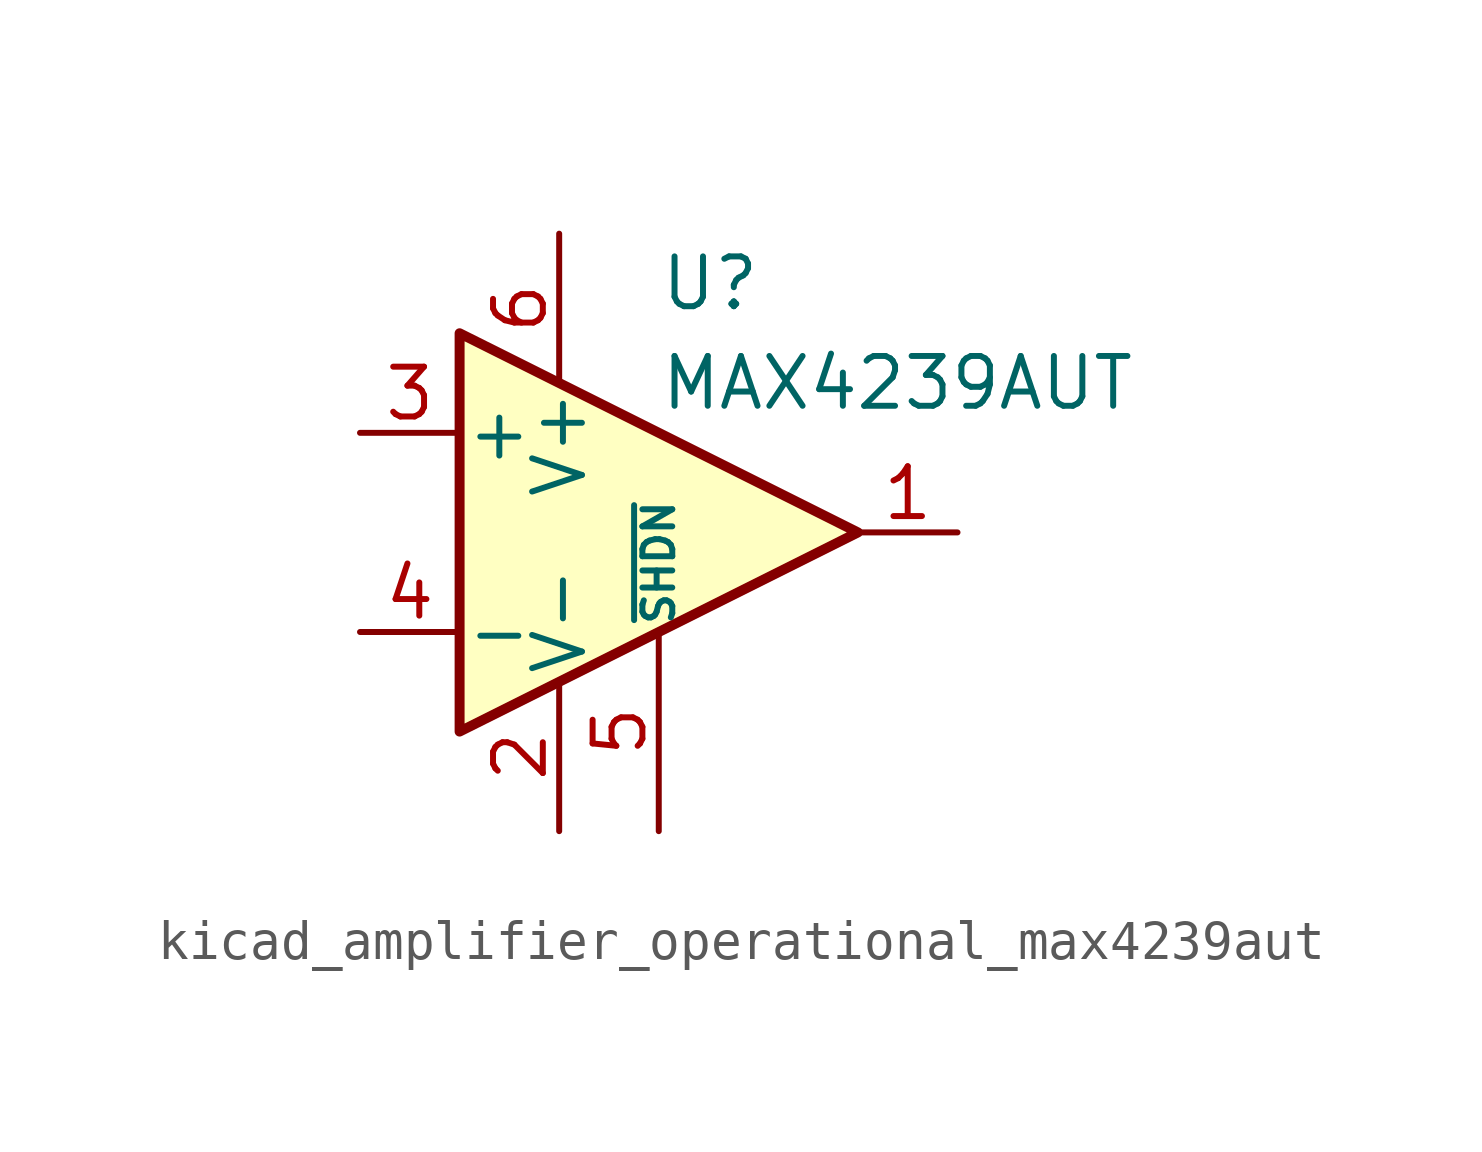
<source format=kicad_sym>
(kicad_symbol_lib
  (version 20220914)
  (generator kicad_symbol_editor)
  (symbol "kicad_amplifier_operational_max4239aut"
    (pin_names
      (offset 0.127))
    (property "Reference" "U"
      (at 0 6.35 0)
      (effects (font (size 1.27 1.27)) (justify left)))
    (property "Value" "MAX4239AUT"
      (at 0 3.81 0)
      (effects (font (size 1.27 1.27)) (justify left)))
    (symbol "kicad_amplifier_operational_max4239aut_0_1"
      (polyline (pts (xy -5.08 5.08) (xy 5.08 0) (xy -5.08 -5.08) (xy -5.08 5.08)) (stroke (width 0.254) (type default)) (fill (type background))))
    (symbol "kicad_amplifier_operational_max4239aut_1_1"
      (pin output line (at 7.62 0 180) (length 2.54) (name "~" (effects (font (size 1.27 1.27)))) (number "1" (effects (font (size 1.27 1.27)))))
      (pin power_in line (at -2.54 -7.62 90) (length 3.81) (name "V-" (effects (font (size 1.27 1.27)))) (number "2" (effects (font (size 1.27 1.27)))))
      (pin input line (at -7.62 2.54 0) (length 2.54) (name "+" (effects (font (size 1.27 1.27)))) (number "3" (effects (font (size 1.27 1.27)))))
      (pin input line (at -7.62 -2.54 0) (length 2.54) (name "-" (effects (font (size 1.27 1.27)))) (number "4" (effects (font (size 1.27 1.27)))))
      (pin input line (at 0 -7.62 90) (length 5.08) (name "~{SHDN}" (effects (font (size 0.762 0.762)))) (number "5" (effects (font (size 1.27 1.27)))))
      (pin power_in line (at -2.54 7.62 270) (length 3.81) (name "V+" (effects (font (size 1.27 1.27)))) (number "6" (effects (font (size 1.27 1.27))))))))
</source>
